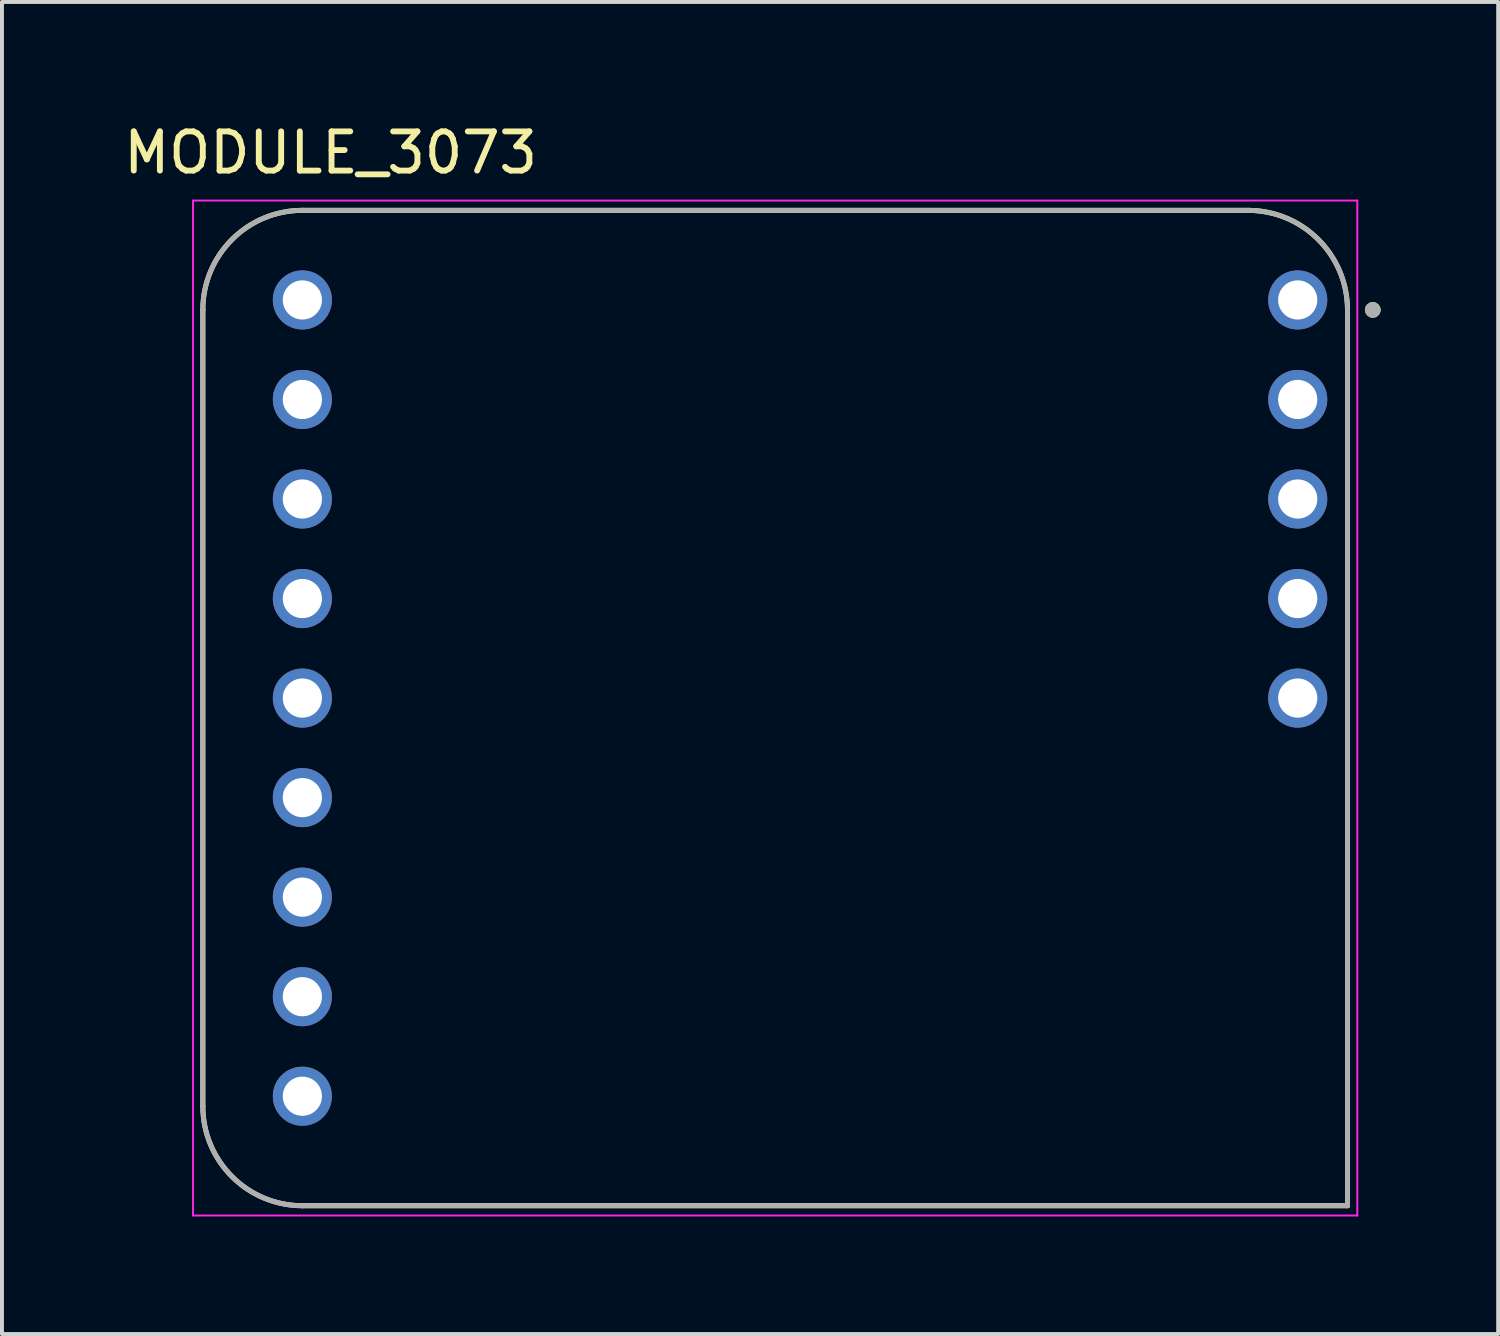
<source format=kicad_pcb>
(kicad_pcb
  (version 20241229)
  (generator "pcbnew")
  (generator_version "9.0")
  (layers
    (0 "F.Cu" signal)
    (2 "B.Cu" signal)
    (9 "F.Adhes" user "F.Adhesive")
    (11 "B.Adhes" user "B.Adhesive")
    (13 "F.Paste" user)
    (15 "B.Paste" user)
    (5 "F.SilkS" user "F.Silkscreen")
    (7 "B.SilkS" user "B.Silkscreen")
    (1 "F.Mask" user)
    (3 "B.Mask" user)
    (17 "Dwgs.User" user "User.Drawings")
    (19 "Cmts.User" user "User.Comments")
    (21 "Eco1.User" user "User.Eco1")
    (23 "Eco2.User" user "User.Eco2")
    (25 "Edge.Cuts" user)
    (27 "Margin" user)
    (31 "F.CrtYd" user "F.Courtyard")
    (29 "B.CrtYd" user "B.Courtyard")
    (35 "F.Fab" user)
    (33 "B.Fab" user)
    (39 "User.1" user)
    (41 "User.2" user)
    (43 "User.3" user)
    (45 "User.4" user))
  (footprint "MODULE_3073"
    (layer "F.Cu")
    (at 16.731 15.018)
    (property "Reference" "MODULE_3073" (at -11.344 -14.17 0) (layer "F.SilkS") (effects (font (size 1 1) (thickness 0.15))))
    (attr through_hole)
    (fp_line (start -14.605 10.16) (end -14.605 -10.16) (stroke (width 0.127) (type solid)) (layer "F.SilkS"))
    (fp_line (start -12.065 -12.7) (end 12.065 -12.7) (stroke (width 0.127) (type solid)) (layer "F.SilkS"))
    (fp_line (start 14.605 -10.16) (end 14.605 12.7) (stroke (width 0.127) (type solid)) (layer "F.SilkS"))
    (fp_line (start 14.605 12.7) (end -12.065 12.7) (stroke (width 0.127) (type solid)) (layer "F.SilkS"))
    (fp_arc (start -14.605 -10.16) (mid -13.861051 -11.956051) (end -12.065 -12.7) (stroke (width 0.127) (type solid)) (layer "F.SilkS"))
    (fp_arc (start -12.065 12.7) (mid -13.861051 11.956051) (end -14.605 10.16) (stroke (width 0.127) (type solid)) (layer "F.SilkS"))
    (fp_arc (start 12.065 -12.7) (mid 13.861051 -11.956051) (end 14.605 -10.16) (stroke (width 0.127) (type solid)) (layer "F.SilkS"))
    (fp_circle (center 15.25 -10.16) (end 15.35 -10.16) (stroke (width 0.2) (type solid)) (fill no) (layer "F.SilkS"))
    (fp_line (start -14.855 -12.95) (end -14.855 12.95) (stroke (width 0.05) (type solid)) (layer "F.CrtYd"))
    (fp_line (start -14.855 12.95) (end 14.855 12.95) (stroke (width 0.05) (type solid)) (layer "F.CrtYd"))
    (fp_line (start 14.855 -12.95) (end -14.855 -12.95) (stroke (width 0.05) (type solid)) (layer "F.CrtYd"))
    (fp_line (start 14.855 12.95) (end 14.855 -12.95) (stroke (width 0.05) (type solid)) (layer "F.CrtYd"))
    (fp_line (start -14.605 10.16) (end -14.605 -10.16) (stroke (width 0.127) (type solid)) (layer "F.Fab"))
    (fp_line (start -12.065 -12.7) (end 12.065 -12.7) (stroke (width 0.127) (type solid)) (layer "F.Fab"))
    (fp_line (start 14.605 -10.16) (end 14.605 12.7) (stroke (width 0.127) (type solid)) (layer "F.Fab"))
    (fp_line (start 14.605 12.7) (end -12.065 12.7) (stroke (width 0.127) (type solid)) (layer "F.Fab"))
    (fp_arc (start -14.605 -10.16) (mid -13.861051 -11.956051) (end -12.065 -12.7) (stroke (width 0.127) (type solid)) (layer "F.Fab"))
    (fp_arc (start -12.065 12.7) (mid -13.861051 11.956051) (end -14.605 10.16) (stroke (width 0.127) (type solid)) (layer "F.Fab"))
    (fp_arc (start 12.065 -12.7) (mid 13.861051 -11.956051) (end 14.605 -10.16) (stroke (width 0.127) (type solid)) (layer "F.Fab"))
    (fp_circle (center 15.25 -10.16) (end 15.35 -10.16) (stroke (width 0.2) (type solid)) (fill no) (layer "F.Fab"))
    (pad "JP1_1" thru_hole circle (at 13.335 -10.414) (size 1.508 1.508) (drill 1) (layers "*.Cu" "*.Mask"))
    (pad "JP1_2" thru_hole circle (at 13.335 -7.874) (size 1.508 1.508) (drill 1) (layers "*.Cu" "*.Mask"))
    (pad "JP1_3" thru_hole circle (at 13.335 -5.334) (size 1.508 1.508) (drill 1) (layers "*.Cu" "*.Mask"))
    (pad "JP1_4" thru_hole circle (at 13.335 -2.794) (size 1.508 1.508) (drill 1) (layers "*.Cu" "*.Mask"))
    (pad "JP1_5" thru_hole circle (at 13.335 -0.254) (size 1.508 1.508) (drill 1) (layers "*.Cu" "*.Mask"))
    (pad "JP3_1" thru_hole circle (at -12.065 -10.414) (size 1.508 1.508) (drill 1) (layers "*.Cu" "*.Mask"))
    (pad "JP3_2" thru_hole circle (at -12.065 -7.874) (size 1.508 1.508) (drill 1) (layers "*.Cu" "*.Mask"))
    (pad "JP3_3" thru_hole circle (at -12.065 -5.334) (size 1.508 1.508) (drill 1) (layers "*.Cu" "*.Mask"))
    (pad "JP3_4" thru_hole circle (at -12.065 -2.794) (size 1.508 1.508) (drill 1) (layers "*.Cu" "*.Mask"))
    (pad "JP3_5" thru_hole circle (at -12.065 -0.254) (size 1.508 1.508) (drill 1) (layers "*.Cu" "*.Mask"))
    (pad "JP3_6" thru_hole circle (at -12.065 2.286) (size 1.508 1.508) (drill 1) (layers "*.Cu" "*.Mask"))
    (pad "JP3_7" thru_hole circle (at -12.065 4.826) (size 1.508 1.508) (drill 1) (layers "*.Cu" "*.Mask"))
    (pad "JP3_8" thru_hole circle (at -12.065 7.366) (size 1.508 1.508) (drill 1) (layers "*.Cu" "*.Mask"))
    (pad "JP3_9" thru_hole circle (at -12.065 9.906) (size 1.508 1.508) (drill 1) (layers "*.Cu" "*.Mask")))
  (gr_rect
    (start -3 -3)
    (end 35.181 30.993)
    (stroke (width 0.1) (type default))
    (fill no)
    (layer "Edge.Cuts")))
</source>
